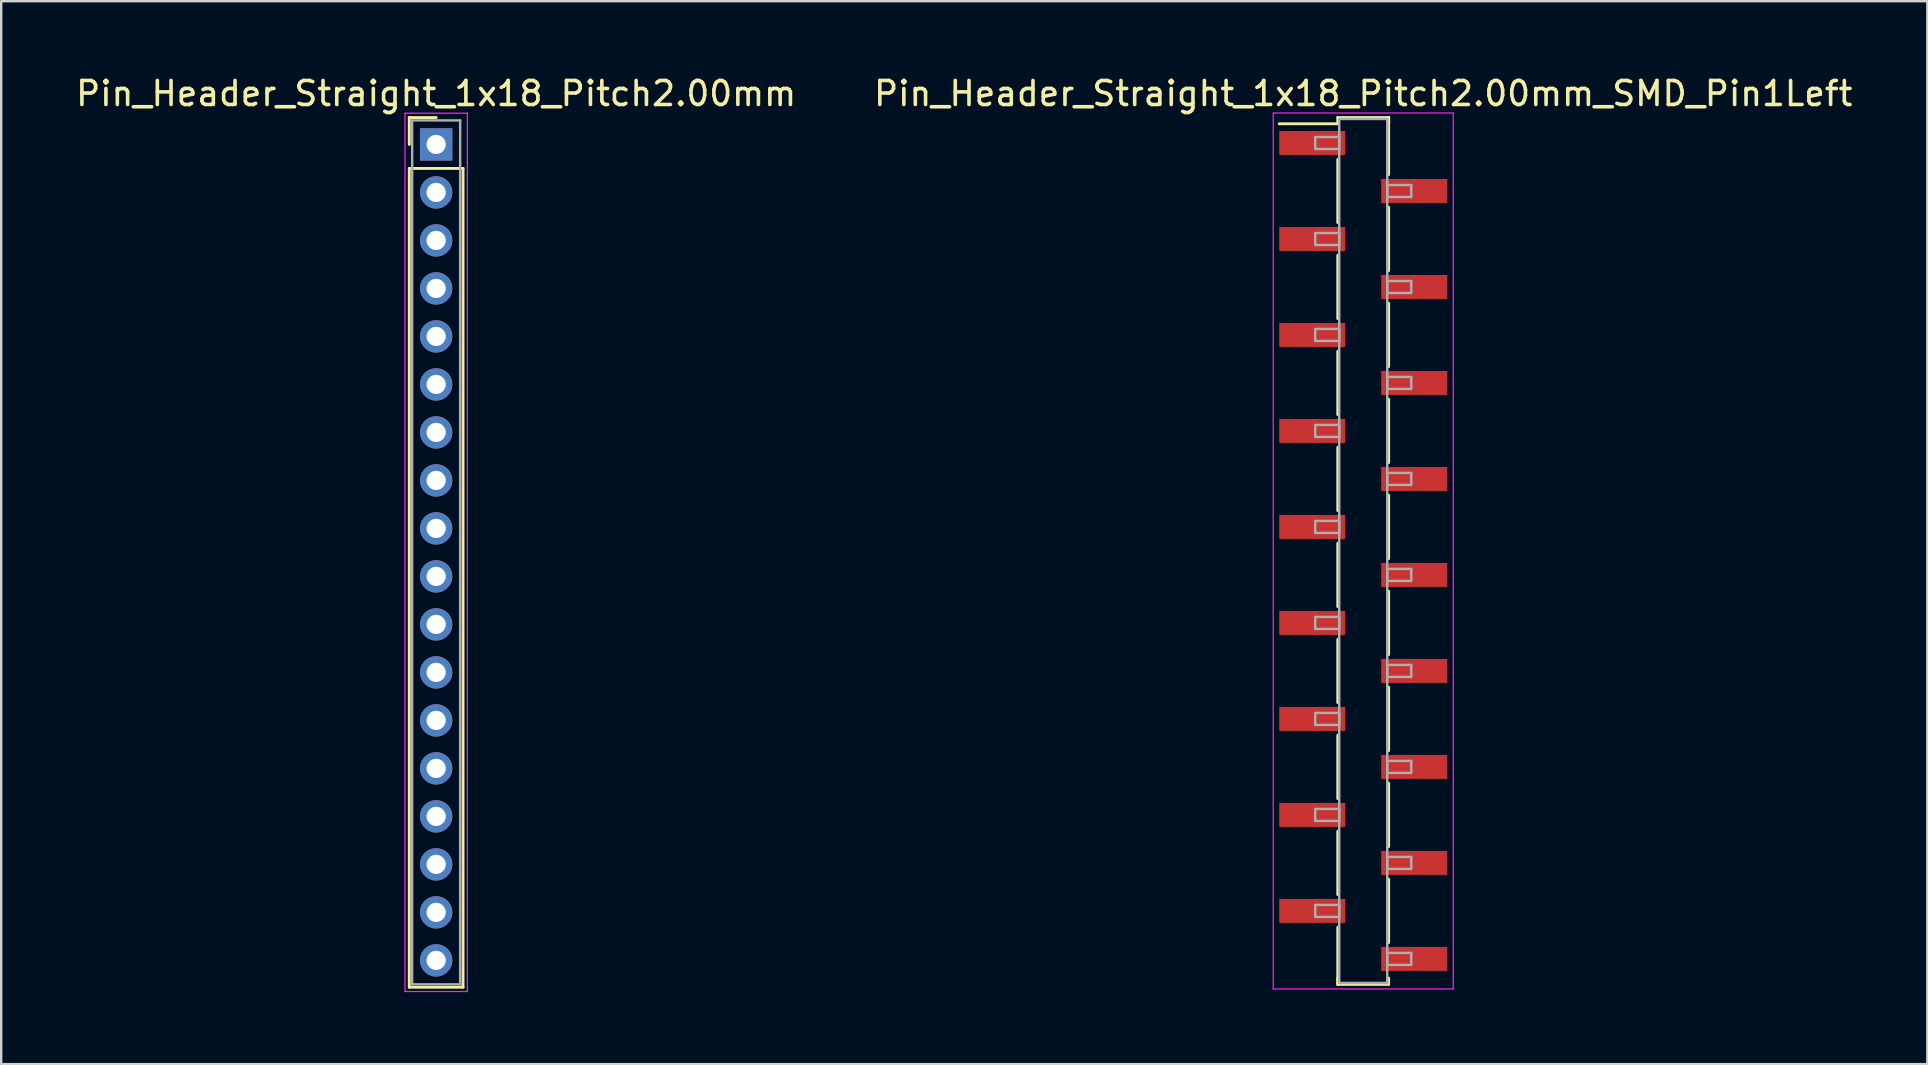
<source format=kicad_pcb>
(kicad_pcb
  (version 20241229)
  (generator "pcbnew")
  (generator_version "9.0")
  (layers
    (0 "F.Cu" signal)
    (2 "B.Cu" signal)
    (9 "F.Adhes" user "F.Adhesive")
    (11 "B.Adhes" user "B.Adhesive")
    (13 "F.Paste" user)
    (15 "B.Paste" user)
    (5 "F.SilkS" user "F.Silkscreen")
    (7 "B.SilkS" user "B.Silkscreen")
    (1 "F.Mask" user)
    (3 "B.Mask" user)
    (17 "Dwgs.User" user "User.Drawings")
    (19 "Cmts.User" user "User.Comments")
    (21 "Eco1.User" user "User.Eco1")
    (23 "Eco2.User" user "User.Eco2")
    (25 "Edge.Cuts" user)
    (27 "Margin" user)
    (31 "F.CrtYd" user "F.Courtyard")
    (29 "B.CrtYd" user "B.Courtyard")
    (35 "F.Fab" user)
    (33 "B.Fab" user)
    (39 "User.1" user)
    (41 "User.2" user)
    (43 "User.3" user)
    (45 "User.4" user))
  (footprint "Pin_Header_Straight_1x18_Pitch2.00mm_SMD_Pin1Left"
    (layer "F.Cu")
    (at 53.756 19.908)
    (property "Reference" "Pin_Header_Straight_1x18_Pitch2.00mm_SMD_Pin1Left" (at 0 -19.06 0) (layer "F.SilkS") (effects (font (size 1 1) (thickness 0.15))))
    (attr smd)
    (fp_line (start -1.06 -18.06) (end 1.06 -18.06) (stroke (width 0.12) (type solid)) (layer "F.SilkS"))
    (fp_line (start -1.06 -17.8) (end -3.5 -17.8) (stroke (width 0.12) (type solid)) (layer "F.SilkS"))
    (fp_line (start -1.06 -17.8) (end -1.06 -18.06) (stroke (width 0.12) (type solid)) (layer "F.SilkS"))
    (fp_line (start -1.06 -16.32) (end -1.06 -13.68) (stroke (width 0.12) (type solid)) (layer "F.SilkS"))
    (fp_line (start -1.06 -12.32) (end -1.06 -9.68) (stroke (width 0.12) (type solid)) (layer "F.SilkS"))
    (fp_line (start -1.06 -8.32) (end -1.06 -5.68) (stroke (width 0.12) (type solid)) (layer "F.SilkS"))
    (fp_line (start -1.06 -4.32) (end -1.06 -1.68) (stroke (width 0.12) (type solid)) (layer "F.SilkS"))
    (fp_line (start -1.06 -0.32) (end -1.06 2.32) (stroke (width 0.12) (type solid)) (layer "F.SilkS"))
    (fp_line (start -1.06 3.68) (end -1.06 6.32) (stroke (width 0.12) (type solid)) (layer "F.SilkS"))
    (fp_line (start -1.06 7.68) (end -1.06 10.32) (stroke (width 0.12) (type solid)) (layer "F.SilkS"))
    (fp_line (start -1.06 11.68) (end -1.06 14.32) (stroke (width 0.12) (type solid)) (layer "F.SilkS"))
    (fp_line (start -1.06 15.68) (end -1.06 18.06) (stroke (width 0.12) (type solid)) (layer "F.SilkS"))
    (fp_line (start -1.06 17.8) (end -1.06 18.06) (stroke (width 0.12) (type solid)) (layer "F.SilkS"))
    (fp_line (start -1.06 18.06) (end 1.06 18.06) (stroke (width 0.12) (type solid)) (layer "F.SilkS"))
    (fp_line (start 1.06 -18.06) (end 1.06 -17.8) (stroke (width 0.12) (type solid)) (layer "F.SilkS"))
    (fp_line (start 1.06 -18.06) (end 1.06 -15.68) (stroke (width 0.12) (type solid)) (layer "F.SilkS"))
    (fp_line (start 1.06 -14.32) (end 1.06 -11.68) (stroke (width 0.12) (type solid)) (layer "F.SilkS"))
    (fp_line (start 1.06 -10.32) (end 1.06 -7.68) (stroke (width 0.12) (type solid)) (layer "F.SilkS"))
    (fp_line (start 1.06 -6.32) (end 1.06 -3.68) (stroke (width 0.12) (type solid)) (layer "F.SilkS"))
    (fp_line (start 1.06 -2.32) (end 1.06 0.32) (stroke (width 0.12) (type solid)) (layer "F.SilkS"))
    (fp_line (start 1.06 1.68) (end 1.06 4.32) (stroke (width 0.12) (type solid)) (layer "F.SilkS"))
    (fp_line (start 1.06 5.68) (end 1.06 8.32) (stroke (width 0.12) (type solid)) (layer "F.SilkS"))
    (fp_line (start 1.06 9.68) (end 1.06 12.32) (stroke (width 0.12) (type solid)) (layer "F.SilkS"))
    (fp_line (start 1.06 13.68) (end 1.06 16.32) (stroke (width 0.12) (type solid)) (layer "F.SilkS"))
    (fp_line (start 1.06 18.06) (end 1.06 17.8) (stroke (width 0.12) (type solid)) (layer "F.SilkS"))
    (fp_line (start -3.75 -18.25) (end -3.75 18.25) (stroke (width 0.05) (type solid)) (layer "F.CrtYd"))
    (fp_line (start -3.75 18.25) (end 3.75 18.25) (stroke (width 0.05) (type solid)) (layer "F.CrtYd"))
    (fp_line (start 3.75 -18.25) (end -3.75 -18.25) (stroke (width 0.05) (type solid)) (layer "F.CrtYd"))
    (fp_line (start 3.75 18.25) (end 3.75 -18.25) (stroke (width 0.05) (type solid)) (layer "F.CrtYd"))
    (fp_line (start -2 -17.25) (end -1 -17.25) (stroke (width 0.1) (type solid)) (layer "F.Fab"))
    (fp_line (start -2 -16.75) (end -2 -17.25) (stroke (width 0.1) (type solid)) (layer "F.Fab"))
    (fp_line (start -2 -13.25) (end -1 -13.25) (stroke (width 0.1) (type solid)) (layer "F.Fab"))
    (fp_line (start -2 -12.75) (end -2 -13.25) (stroke (width 0.1) (type solid)) (layer "F.Fab"))
    (fp_line (start -2 -9.25) (end -1 -9.25) (stroke (width 0.1) (type solid)) (layer "F.Fab"))
    (fp_line (start -2 -8.75) (end -2 -9.25) (stroke (width 0.1) (type solid)) (layer "F.Fab"))
    (fp_line (start -2 -5.25) (end -1 -5.25) (stroke (width 0.1) (type solid)) (layer "F.Fab"))
    (fp_line (start -2 -4.75) (end -2 -5.25) (stroke (width 0.1) (type solid)) (layer "F.Fab"))
    (fp_line (start -2 -1.25) (end -1 -1.25) (stroke (width 0.1) (type solid)) (layer "F.Fab"))
    (fp_line (start -2 -0.75) (end -2 -1.25) (stroke (width 0.1) (type solid)) (layer "F.Fab"))
    (fp_line (start -2 2.75) (end -1 2.75) (stroke (width 0.1) (type solid)) (layer "F.Fab"))
    (fp_line (start -2 3.25) (end -2 2.75) (stroke (width 0.1) (type solid)) (layer "F.Fab"))
    (fp_line (start -2 6.75) (end -1 6.75) (stroke (width 0.1) (type solid)) (layer "F.Fab"))
    (fp_line (start -2 7.25) (end -2 6.75) (stroke (width 0.1) (type solid)) (layer "F.Fab"))
    (fp_line (start -2 10.75) (end -1 10.75) (stroke (width 0.1) (type solid)) (layer "F.Fab"))
    (fp_line (start -2 11.25) (end -2 10.75) (stroke (width 0.1) (type solid)) (layer "F.Fab"))
    (fp_line (start -2 14.75) (end -1 14.75) (stroke (width 0.1) (type solid)) (layer "F.Fab"))
    (fp_line (start -2 15.25) (end -2 14.75) (stroke (width 0.1) (type solid)) (layer "F.Fab"))
    (fp_line (start -1 -18) (end -1 18) (stroke (width 0.1) (type solid)) (layer "F.Fab"))
    (fp_line (start -1 -17.25) (end -1 -16.75) (stroke (width 0.1) (type solid)) (layer "F.Fab"))
    (fp_line (start -1 -16.75) (end -2 -16.75) (stroke (width 0.1) (type solid)) (layer "F.Fab"))
    (fp_line (start -1 -13.25) (end -1 -12.75) (stroke (width 0.1) (type solid)) (layer "F.Fab"))
    (fp_line (start -1 -12.75) (end -2 -12.75) (stroke (width 0.1) (type solid)) (layer "F.Fab"))
    (fp_line (start -1 -9.25) (end -1 -8.75) (stroke (width 0.1) (type solid)) (layer "F.Fab"))
    (fp_line (start -1 -8.75) (end -2 -8.75) (stroke (width 0.1) (type solid)) (layer "F.Fab"))
    (fp_line (start -1 -5.25) (end -1 -4.75) (stroke (width 0.1) (type solid)) (layer "F.Fab"))
    (fp_line (start -1 -4.75) (end -2 -4.75) (stroke (width 0.1) (type solid)) (layer "F.Fab"))
    (fp_line (start -1 -1.25) (end -1 -0.75) (stroke (width 0.1) (type solid)) (layer "F.Fab"))
    (fp_line (start -1 -0.75) (end -2 -0.75) (stroke (width 0.1) (type solid)) (layer "F.Fab"))
    (fp_line (start -1 2.75) (end -1 3.25) (stroke (width 0.1) (type solid)) (layer "F.Fab"))
    (fp_line (start -1 3.25) (end -2 3.25) (stroke (width 0.1) (type solid)) (layer "F.Fab"))
    (fp_line (start -1 6.75) (end -1 7.25) (stroke (width 0.1) (type solid)) (layer "F.Fab"))
    (fp_line (start -1 7.25) (end -2 7.25) (stroke (width 0.1) (type solid)) (layer "F.Fab"))
    (fp_line (start -1 10.75) (end -1 11.25) (stroke (width 0.1) (type solid)) (layer "F.Fab"))
    (fp_line (start -1 11.25) (end -2 11.25) (stroke (width 0.1) (type solid)) (layer "F.Fab"))
    (fp_line (start -1 14.75) (end -1 15.25) (stroke (width 0.1) (type solid)) (layer "F.Fab"))
    (fp_line (start -1 15.25) (end -2 15.25) (stroke (width 0.1) (type solid)) (layer "F.Fab"))
    (fp_line (start -1 18) (end 1 18) (stroke (width 0.1) (type solid)) (layer "F.Fab"))
    (fp_line (start 1 -18) (end -1 -18) (stroke (width 0.1) (type solid)) (layer "F.Fab"))
    (fp_line (start 1 -15.25) (end 1 -14.75) (stroke (width 0.1) (type solid)) (layer "F.Fab"))
    (fp_line (start 1 -14.75) (end 2 -14.75) (stroke (width 0.1) (type solid)) (layer "F.Fab"))
    (fp_line (start 1 -11.25) (end 1 -10.75) (stroke (width 0.1) (type solid)) (layer "F.Fab"))
    (fp_line (start 1 -10.75) (end 2 -10.75) (stroke (width 0.1) (type solid)) (layer "F.Fab"))
    (fp_line (start 1 -7.25) (end 1 -6.75) (stroke (width 0.1) (type solid)) (layer "F.Fab"))
    (fp_line (start 1 -6.75) (end 2 -6.75) (stroke (width 0.1) (type solid)) (layer "F.Fab"))
    (fp_line (start 1 -3.25) (end 1 -2.75) (stroke (width 0.1) (type solid)) (layer "F.Fab"))
    (fp_line (start 1 -2.75) (end 2 -2.75) (stroke (width 0.1) (type solid)) (layer "F.Fab"))
    (fp_line (start 1 0.75) (end 1 1.25) (stroke (width 0.1) (type solid)) (layer "F.Fab"))
    (fp_line (start 1 1.25) (end 2 1.25) (stroke (width 0.1) (type solid)) (layer "F.Fab"))
    (fp_line (start 1 4.75) (end 1 5.25) (stroke (width 0.1) (type solid)) (layer "F.Fab"))
    (fp_line (start 1 5.25) (end 2 5.25) (stroke (width 0.1) (type solid)) (layer "F.Fab"))
    (fp_line (start 1 8.75) (end 1 9.25) (stroke (width 0.1) (type solid)) (layer "F.Fab"))
    (fp_line (start 1 9.25) (end 2 9.25) (stroke (width 0.1) (type solid)) (layer "F.Fab"))
    (fp_line (start 1 12.75) (end 1 13.25) (stroke (width 0.1) (type solid)) (layer "F.Fab"))
    (fp_line (start 1 13.25) (end 2 13.25) (stroke (width 0.1) (type solid)) (layer "F.Fab"))
    (fp_line (start 1 16.75) (end 1 17.25) (stroke (width 0.1) (type solid)) (layer "F.Fab"))
    (fp_line (start 1 17.25) (end 2 17.25) (stroke (width 0.1) (type solid)) (layer "F.Fab"))
    (fp_line (start 1 18) (end 1 -18) (stroke (width 0.1) (type solid)) (layer "F.Fab"))
    (fp_line (start 2 -15.25) (end 1 -15.25) (stroke (width 0.1) (type solid)) (layer "F.Fab"))
    (fp_line (start 2 -14.75) (end 2 -15.25) (stroke (width 0.1) (type solid)) (layer "F.Fab"))
    (fp_line (start 2 -11.25) (end 1 -11.25) (stroke (width 0.1) (type solid)) (layer "F.Fab"))
    (fp_line (start 2 -10.75) (end 2 -11.25) (stroke (width 0.1) (type solid)) (layer "F.Fab"))
    (fp_line (start 2 -7.25) (end 1 -7.25) (stroke (width 0.1) (type solid)) (layer "F.Fab"))
    (fp_line (start 2 -6.75) (end 2 -7.25) (stroke (width 0.1) (type solid)) (layer "F.Fab"))
    (fp_line (start 2 -3.25) (end 1 -3.25) (stroke (width 0.1) (type solid)) (layer "F.Fab"))
    (fp_line (start 2 -2.75) (end 2 -3.25) (stroke (width 0.1) (type solid)) (layer "F.Fab"))
    (fp_line (start 2 0.75) (end 1 0.75) (stroke (width 0.1) (type solid)) (layer "F.Fab"))
    (fp_line (start 2 1.25) (end 2 0.75) (stroke (width 0.1) (type solid)) (layer "F.Fab"))
    (fp_line (start 2 4.75) (end 1 4.75) (stroke (width 0.1) (type solid)) (layer "F.Fab"))
    (fp_line (start 2 5.25) (end 2 4.75) (stroke (width 0.1) (type solid)) (layer "F.Fab"))
    (fp_line (start 2 8.75) (end 1 8.75) (stroke (width 0.1) (type solid)) (layer "F.Fab"))
    (fp_line (start 2 9.25) (end 2 8.75) (stroke (width 0.1) (type solid)) (layer "F.Fab"))
    (fp_line (start 2 12.75) (end 1 12.75) (stroke (width 0.1) (type solid)) (layer "F.Fab"))
    (fp_line (start 2 13.25) (end 2 12.75) (stroke (width 0.1) (type solid)) (layer "F.Fab"))
    (fp_line (start 2 16.75) (end 1 16.75) (stroke (width 0.1) (type solid)) (layer "F.Fab"))
    (fp_line (start 2 17.25) (end 2 16.75) (stroke (width 0.1) (type solid)) (layer "F.Fab"))
    (pad "1" smd rect (at -2.125 -17) (size 2.75 1) (layers "F.Cu" "F.Mask"))
    (pad "2" smd rect (at 2.125 -15) (size 2.75 1) (layers "F.Cu" "F.Mask"))
    (pad "3" smd rect (at -2.125 -13) (size 2.75 1) (layers "F.Cu" "F.Mask"))
    (pad "4" smd rect (at 2.125 -11) (size 2.75 1) (layers "F.Cu" "F.Mask"))
    (pad "5" smd rect (at -2.125 -9) (size 2.75 1) (layers "F.Cu" "F.Mask"))
    (pad "6" smd rect (at 2.125 -7) (size 2.75 1) (layers "F.Cu" "F.Mask"))
    (pad "7" smd rect (at -2.125 -5) (size 2.75 1) (layers "F.Cu" "F.Mask"))
    (pad "8" smd rect (at 2.125 -3) (size 2.75 1) (layers "F.Cu" "F.Mask"))
    (pad "9" smd rect (at -2.125 -1) (size 2.75 1) (layers "F.Cu" "F.Mask"))
    (pad "10" smd rect (at 2.125 1) (size 2.75 1) (layers "F.Cu" "F.Mask"))
    (pad "11" smd rect (at -2.125 3) (size 2.75 1) (layers "F.Cu" "F.Mask"))
    (pad "12" smd rect (at 2.125 5) (size 2.75 1) (layers "F.Cu" "F.Mask"))
    (pad "13" smd rect (at -2.125 7) (size 2.75 1) (layers "F.Cu" "F.Mask"))
    (pad "14" smd rect (at 2.125 9) (size 2.75 1) (layers "F.Cu" "F.Mask"))
    (pad "15" smd rect (at -2.125 11) (size 2.75 1) (layers "F.Cu" "F.Mask"))
    (pad "16" smd rect (at 2.125 13) (size 2.75 1) (layers "F.Cu" "F.Mask"))
    (pad "17" smd rect (at -2.125 15) (size 2.75 1) (layers "F.Cu" "F.Mask"))
    (pad "18" smd rect (at 2.125 17) (size 2.75 1) (layers "F.Cu" "F.Mask")))
  (footprint "Pin_Header_Straight_1x18_Pitch2.00mm"
    (layer "F.Cu")
    (at 15.125 2.968)
    (property "Reference" "Pin_Header_Straight_1x18_Pitch2.00mm" (at 0 -2.12 0) (layer "F.SilkS") (effects (font (size 1 1) (thickness 0.15))))
    (attr through_hole)
    (fp_line (start -1.12 -1.12) (end 0 -1.12) (stroke (width 0.12) (type solid)) (layer "F.SilkS"))
    (fp_line (start -1.12 0) (end -1.12 -1.12) (stroke (width 0.12) (type solid)) (layer "F.SilkS"))
    (fp_line (start -1.12 1) (end -1.12 35.12) (stroke (width 0.12) (type solid)) (layer "F.SilkS"))
    (fp_line (start -1.12 35.12) (end 1.12 35.12) (stroke (width 0.12) (type solid)) (layer "F.SilkS"))
    (fp_line (start 1.12 1) (end -1.12 1) (stroke (width 0.12) (type solid)) (layer "F.SilkS"))
    (fp_line (start 1.12 35.12) (end 1.12 1) (stroke (width 0.12) (type solid)) (layer "F.SilkS"))
    (fp_line (start -1.3 -1.3) (end -1.3 35.3) (stroke (width 0.05) (type solid)) (layer "F.CrtYd"))
    (fp_line (start -1.3 35.3) (end 1.3 35.3) (stroke (width 0.05) (type solid)) (layer "F.CrtYd"))
    (fp_line (start 1.3 -1.3) (end -1.3 -1.3) (stroke (width 0.05) (type solid)) (layer "F.CrtYd"))
    (fp_line (start 1.3 35.3) (end 1.3 -1.3) (stroke (width 0.05) (type solid)) (layer "F.CrtYd"))
    (fp_line (start -1 -1) (end -1 35) (stroke (width 0.1) (type solid)) (layer "F.Fab"))
    (fp_line (start -1 35) (end 1 35) (stroke (width 0.1) (type solid)) (layer "F.Fab"))
    (fp_line (start 1 -1) (end -1 -1) (stroke (width 0.1) (type solid)) (layer "F.Fab"))
    (fp_line (start 1 35) (end 1 -1) (stroke (width 0.1) (type solid)) (layer "F.Fab"))
    (pad "1" thru_hole rect (at 0 0) (size 1.35 1.35) (drill 0.8) (layers "*.Cu" "*.Mask"))
    (pad "2" thru_hole oval (at 0 2) (size 1.35 1.35) (drill 0.8) (layers "*.Cu" "*.Mask"))
    (pad "3" thru_hole oval (at 0 4) (size 1.35 1.35) (drill 0.8) (layers "*.Cu" "*.Mask"))
    (pad "4" thru_hole oval (at 0 6) (size 1.35 1.35) (drill 0.8) (layers "*.Cu" "*.Mask"))
    (pad "5" thru_hole oval (at 0 8) (size 1.35 1.35) (drill 0.8) (layers "*.Cu" "*.Mask"))
    (pad "6" thru_hole oval (at 0 10) (size 1.35 1.35) (drill 0.8) (layers "*.Cu" "*.Mask"))
    (pad "7" thru_hole oval (at 0 12) (size 1.35 1.35) (drill 0.8) (layers "*.Cu" "*.Mask"))
    (pad "8" thru_hole oval (at 0 14) (size 1.35 1.35) (drill 0.8) (layers "*.Cu" "*.Mask"))
    (pad "9" thru_hole oval (at 0 16) (size 1.35 1.35) (drill 0.8) (layers "*.Cu" "*.Mask"))
    (pad "10" thru_hole oval (at 0 18) (size 1.35 1.35) (drill 0.8) (layers "*.Cu" "*.Mask"))
    (pad "11" thru_hole oval (at 0 20) (size 1.35 1.35) (drill 0.8) (layers "*.Cu" "*.Mask"))
    (pad "12" thru_hole oval (at 0 22) (size 1.35 1.35) (drill 0.8) (layers "*.Cu" "*.Mask"))
    (pad "13" thru_hole oval (at 0 24) (size 1.35 1.35) (drill 0.8) (layers "*.Cu" "*.Mask"))
    (pad "14" thru_hole oval (at 0 26) (size 1.35 1.35) (drill 0.8) (layers "*.Cu" "*.Mask"))
    (pad "15" thru_hole oval (at 0 28) (size 1.35 1.35) (drill 0.8) (layers "*.Cu" "*.Mask"))
    (pad "16" thru_hole oval (at 0 30) (size 1.35 1.35) (drill 0.8) (layers "*.Cu" "*.Mask"))
    (pad "17" thru_hole oval (at 0 32) (size 1.35 1.35) (drill 0.8) (layers "*.Cu" "*.Mask"))
    (pad "18" thru_hole oval (at 0 34) (size 1.35 1.35) (drill 0.8) (layers "*.Cu" "*.Mask")))
  (gr_rect
    (start -3 -3)
    (end 77.262 41.293)
    (stroke (width 0.1) (type default))
    (fill no)
    (layer "Edge.Cuts")))
</source>
